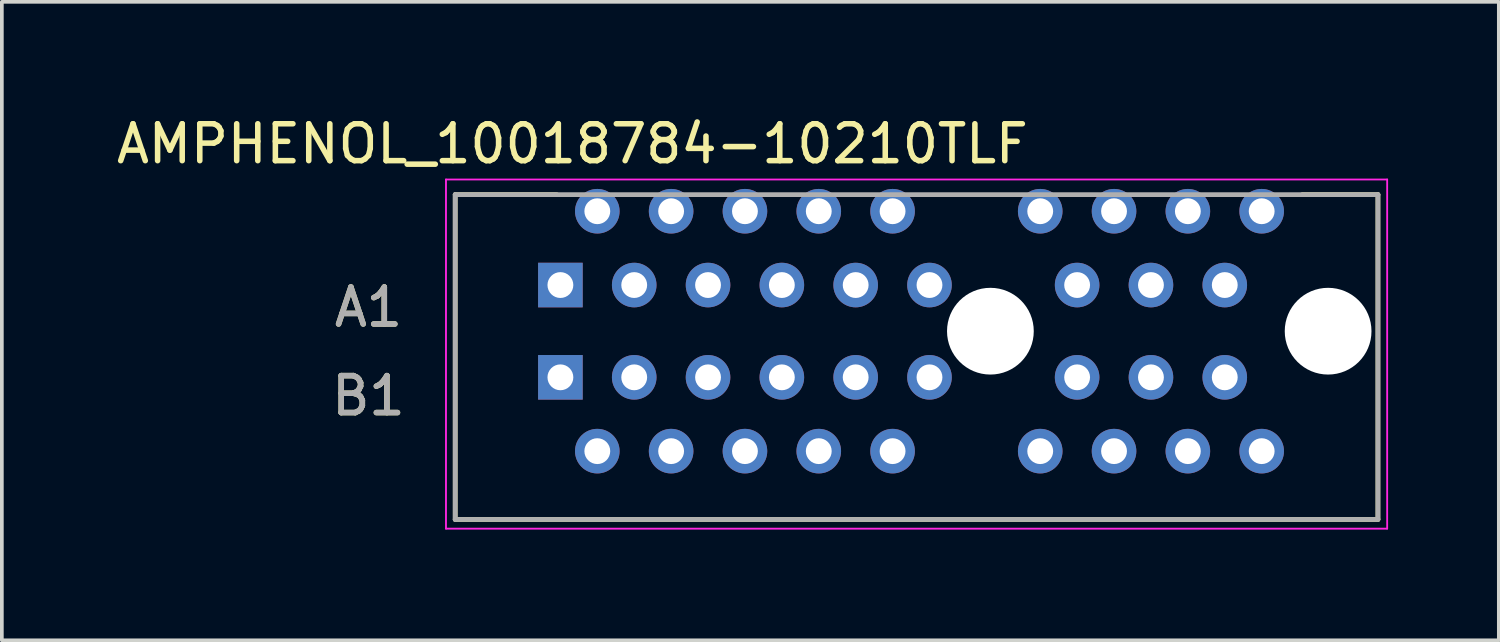
<source format=kicad_pcb>
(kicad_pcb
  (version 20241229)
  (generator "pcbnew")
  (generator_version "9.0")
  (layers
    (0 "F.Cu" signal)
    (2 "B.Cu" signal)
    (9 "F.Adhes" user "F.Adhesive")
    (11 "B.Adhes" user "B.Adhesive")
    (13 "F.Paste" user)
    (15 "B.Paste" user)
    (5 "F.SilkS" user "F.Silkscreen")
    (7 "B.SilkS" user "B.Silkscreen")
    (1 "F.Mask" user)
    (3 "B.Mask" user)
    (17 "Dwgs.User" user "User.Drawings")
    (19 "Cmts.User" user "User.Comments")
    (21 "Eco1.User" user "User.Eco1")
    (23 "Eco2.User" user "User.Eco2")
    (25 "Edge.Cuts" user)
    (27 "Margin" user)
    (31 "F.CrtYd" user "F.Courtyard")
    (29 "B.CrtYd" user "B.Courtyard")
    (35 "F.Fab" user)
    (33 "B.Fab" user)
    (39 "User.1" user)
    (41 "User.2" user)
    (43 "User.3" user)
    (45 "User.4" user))
  (footprint "AMPHENOL_10018784-10210TLF"
    (layer "F.Cu")
    (at 23.783 5.923)
    (property "Reference" "AMPHENOL_10018784-10210TLF" (at -11.325 -5.075 0) (layer "F.SilkS") (effects (font (size 1 1) (thickness 0.15))))
    (attr through_hole)
    (fp_line (start -14.5 -3.7) (end -11.75 -3.7) (stroke (width 0.127) (type solid)) (layer "F.SilkS"))
    (fp_line (start -14.5 5.1) (end -14.5 -3.7) (stroke (width 0.127) (type solid)) (layer "F.SilkS"))
    (fp_line (start 10.5 -3.7) (end 8.45 -3.7) (stroke (width 0.127) (type solid)) (layer "F.SilkS"))
    (fp_line (start 10.5 -3.7) (end 10.5 5.1) (stroke (width 0.127) (type solid)) (layer "F.SilkS"))
    (fp_line (start 10.5 5.1) (end -14.5 5.1) (stroke (width 0.127) (type solid)) (layer "F.SilkS"))
    (fp_line (start -14.75 -4.11) (end 10.75 -4.11) (stroke (width 0.05) (type solid)) (layer "F.CrtYd"))
    (fp_line (start -14.75 5.35) (end -14.75 -4.11) (stroke (width 0.05) (type solid)) (layer "F.CrtYd"))
    (fp_line (start 10.75 -4.11) (end 10.75 5.35) (stroke (width 0.05) (type solid)) (layer "F.CrtYd"))
    (fp_line (start 10.75 5.35) (end -14.75 5.35) (stroke (width 0.05) (type solid)) (layer "F.CrtYd"))
    (fp_line (start -14.5 -3.7) (end 10.5 -3.7) (stroke (width 0.127) (type solid)) (layer "F.Fab"))
    (fp_line (start -14.5 5.1) (end -14.5 -3.7) (stroke (width 0.127) (type solid)) (layer "F.Fab"))
    (fp_line (start 10.5 -3.7) (end 10.5 5.1) (stroke (width 0.127) (type solid)) (layer "F.Fab"))
    (fp_line (start 10.5 5.1) (end -14.5 5.1) (stroke (width 0.127) (type solid)) (layer "F.Fab"))
    (fp_text user "A1" (at -16.85 -0.65 0) (layer "F.SilkS") (effects (font (size 1 1) (thickness 0.15))))
    (fp_text user "B1" (at -16.85 1.75 0) (layer "F.SilkS") (effects (font (size 1 1) (thickness 0.15))))
    (fp_text user "B1" (at -16.85 1.75 0) (layer "F.Fab") (effects (font (size 1 1) (thickness 0.15))))
    (fp_text user "A1" (at -16.85 -0.65 0) (layer "F.Fab") (effects (font (size 1 1) (thickness 0.15))))
    (pad "" np_thru_hole circle (at 0 0) (size 2.35 2.35) (drill 2.35) (layers "*.Cu" "*.Mask"))
    (pad "" np_thru_hole circle (at 9.15 0) (size 2.35 2.35) (drill 2.35) (layers "*.Cu" "*.Mask"))
    (pad "A1" thru_hole rect (at -11.65 -1.25) (size 1.208 1.208) (drill 0.7) (layers "*.Cu" "*.Mask"))
    (pad "A2" thru_hole circle (at -10.65 -3.25) (size 1.208 1.208) (drill 0.7) (layers "*.Cu" "*.Mask"))
    (pad "A3" thru_hole circle (at -9.65 -1.25) (size 1.208 1.208) (drill 0.7) (layers "*.Cu" "*.Mask"))
    (pad "A4" thru_hole circle (at -8.65 -3.25) (size 1.208 1.208) (drill 0.7) (layers "*.Cu" "*.Mask"))
    (pad "A5" thru_hole circle (at -7.65 -1.25) (size 1.208 1.208) (drill 0.7) (layers "*.Cu" "*.Mask"))
    (pad "A6" thru_hole circle (at -6.65 -3.25) (size 1.208 1.208) (drill 0.7) (layers "*.Cu" "*.Mask"))
    (pad "A7" thru_hole circle (at -5.65 -1.25) (size 1.208 1.208) (drill 0.7) (layers "*.Cu" "*.Mask"))
    (pad "A8" thru_hole circle (at -4.65 -3.25) (size 1.208 1.208) (drill 0.7) (layers "*.Cu" "*.Mask"))
    (pad "A9" thru_hole circle (at -3.65 -1.25) (size 1.208 1.208) (drill 0.7) (layers "*.Cu" "*.Mask"))
    (pad "A10" thru_hole circle (at -2.65 -3.25) (size 1.208 1.208) (drill 0.7) (layers "*.Cu" "*.Mask"))
    (pad "A11" thru_hole circle (at -1.65 -1.25) (size 1.208 1.208) (drill 0.7) (layers "*.Cu" "*.Mask"))
    (pad "A12" thru_hole circle (at 1.35 -3.25) (size 1.208 1.208) (drill 0.7) (layers "*.Cu" "*.Mask"))
    (pad "A13" thru_hole circle (at 2.35 -1.25) (size 1.208 1.208) (drill 0.7) (layers "*.Cu" "*.Mask"))
    (pad "A14" thru_hole circle (at 3.35 -3.25) (size 1.208 1.208) (drill 0.7) (layers "*.Cu" "*.Mask"))
    (pad "A15" thru_hole circle (at 4.35 -1.25) (size 1.208 1.208) (drill 0.7) (layers "*.Cu" "*.Mask"))
    (pad "A16" thru_hole circle (at 5.35 -3.25) (size 1.208 1.208) (drill 0.7) (layers "*.Cu" "*.Mask"))
    (pad "A17" thru_hole circle (at 6.35 -1.25) (size 1.208 1.208) (drill 0.7) (layers "*.Cu" "*.Mask"))
    (pad "A18" thru_hole circle (at 7.35 -3.25) (size 1.208 1.208) (drill 0.7) (layers "*.Cu" "*.Mask"))
    (pad "B1" thru_hole rect (at -11.65 1.25) (size 1.208 1.208) (drill 0.7) (layers "*.Cu" "*.Mask"))
    (pad "B2" thru_hole circle (at -10.65 3.25) (size 1.208 1.208) (drill 0.7) (layers "*.Cu" "*.Mask"))
    (pad "B3" thru_hole circle (at -9.65 1.25) (size 1.208 1.208) (drill 0.7) (layers "*.Cu" "*.Mask"))
    (pad "B4" thru_hole circle (at -8.65 3.25) (size 1.208 1.208) (drill 0.7) (layers "*.Cu" "*.Mask"))
    (pad "B5" thru_hole circle (at -7.65 1.25) (size 1.208 1.208) (drill 0.7) (layers "*.Cu" "*.Mask"))
    (pad "B6" thru_hole circle (at -6.65 3.25) (size 1.208 1.208) (drill 0.7) (layers "*.Cu" "*.Mask"))
    (pad "B7" thru_hole circle (at -5.65 1.25) (size 1.208 1.208) (drill 0.7) (layers "*.Cu" "*.Mask"))
    (pad "B8" thru_hole circle (at -4.65 3.25) (size 1.208 1.208) (drill 0.7) (layers "*.Cu" "*.Mask"))
    (pad "B9" thru_hole circle (at -3.65 1.25) (size 1.208 1.208) (drill 0.7) (layers "*.Cu" "*.Mask"))
    (pad "B10" thru_hole circle (at -2.65 3.25) (size 1.208 1.208) (drill 0.7) (layers "*.Cu" "*.Mask"))
    (pad "B11" thru_hole circle (at -1.65 1.25) (size 1.208 1.208) (drill 0.7) (layers "*.Cu" "*.Mask"))
    (pad "B12" thru_hole circle (at 1.35 3.25) (size 1.208 1.208) (drill 0.7) (layers "*.Cu" "*.Mask"))
    (pad "B13" thru_hole circle (at 2.35 1.25) (size 1.208 1.208) (drill 0.7) (layers "*.Cu" "*.Mask"))
    (pad "B14" thru_hole circle (at 3.35 3.25) (size 1.208 1.208) (drill 0.7) (layers "*.Cu" "*.Mask"))
    (pad "B15" thru_hole circle (at 4.35 1.25) (size 1.208 1.208) (drill 0.7) (layers "*.Cu" "*.Mask"))
    (pad "B16" thru_hole circle (at 5.35 3.25) (size 1.208 1.208) (drill 0.7) (layers "*.Cu" "*.Mask"))
    (pad "B17" thru_hole circle (at 6.35 1.25) (size 1.208 1.208) (drill 0.7) (layers "*.Cu" "*.Mask"))
    (pad "B18" thru_hole circle (at 7.35 3.25) (size 1.208 1.208) (drill 0.7) (layers "*.Cu" "*.Mask")))
  (gr_rect
    (start -3 -3)
    (end 37.558 14.298)
    (stroke (width 0.1) (type default))
    (fill no)
    (layer "Edge.Cuts")))
</source>
